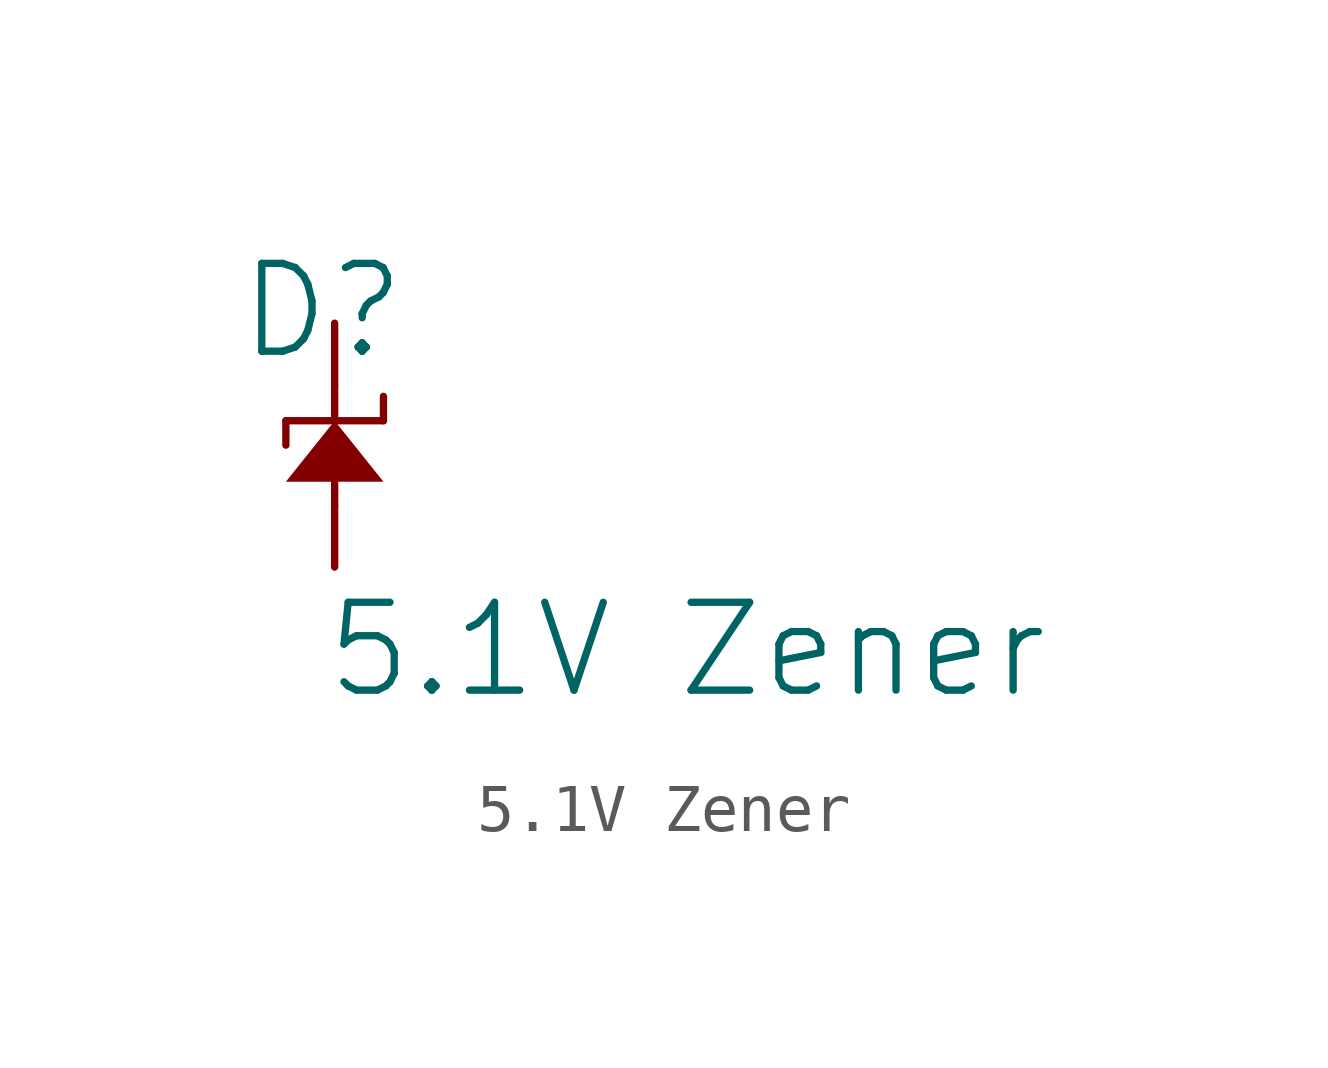
<source format=kicad_sym>
(kicad_symbol_lib
  (version 20241209)
  (generator "kicad_symbol_editor")
  (generator_version "9.0")
  (symbol "5.1V Zener"
    (pin_numbers
      (hide yes))
    (pin_names
      (hide yes))
    (property "Reference" "D"
      (at -0.254 0.254 0)
      (effects (font (size 1.829 1.829))))
    (property "Value" "5.1V Zener"
      (at -0.254 -7.874 0)
      (effects (font (size 1.829 1.829)) (justify left bottom)))
    (symbol "5.1V Zener_1_0"
      (polyline (pts (xy -1.016 -2.032) (xy 1.016 -2.032)) (stroke (width 0) (type solid)) (fill (type none)))
      (polyline (pts (xy -1.016 -2.54) (xy -1.016 -2.032)) (stroke (width 0) (type solid)) (fill (type none)))
      (polyline (pts (xy -1.016 -3.302) (xy 1.016 -3.302) (xy 0 -2.032) (xy -1.016 -3.302) (xy -1.016 -3.302)) (stroke (width -0.0001) (type solid)) (fill (type outline)))
      (polyline (pts (xy 0 -2.032) (xy 0 -1.27)) (stroke (width 0) (type solid)) (fill (type none)))
      (polyline (pts (xy 0 -3.81) (xy 0 -3.302)) (stroke (width 0) (type solid)) (fill (type none)))
      (polyline (pts (xy 1.016 -2.032) (xy 1.016 -1.524)) (stroke (width 0) (type solid)) (fill (type none)))
      (pin passive line (at 0 0 270) (length 1.27) (name "K" (effects (font (size 1.27 1.27)))) (number "K" (effects (font (size 1.27 1.27)))))
      (pin passive line (at 0 -5.08 90) (length 1.27) (name "A" (effects (font (size 1.27 1.27)))) (number "A" (effects (font (size 1.27 1.27))))))))
</source>
